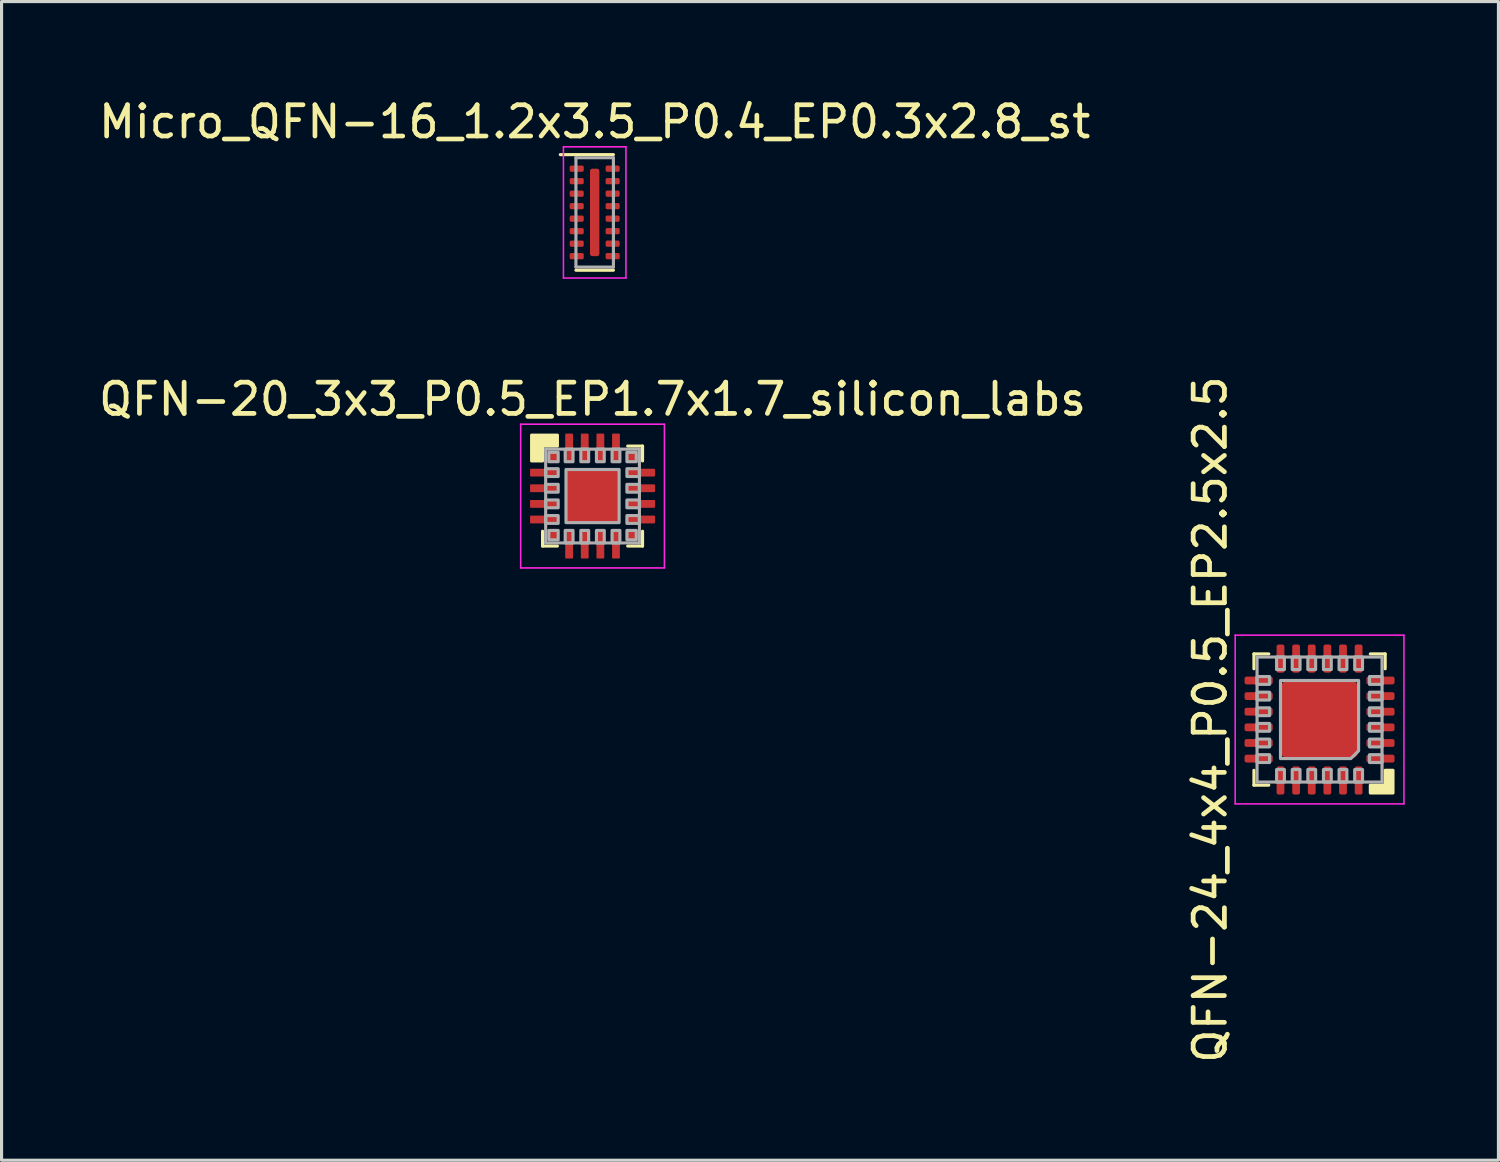
<source format=kicad_pcb>
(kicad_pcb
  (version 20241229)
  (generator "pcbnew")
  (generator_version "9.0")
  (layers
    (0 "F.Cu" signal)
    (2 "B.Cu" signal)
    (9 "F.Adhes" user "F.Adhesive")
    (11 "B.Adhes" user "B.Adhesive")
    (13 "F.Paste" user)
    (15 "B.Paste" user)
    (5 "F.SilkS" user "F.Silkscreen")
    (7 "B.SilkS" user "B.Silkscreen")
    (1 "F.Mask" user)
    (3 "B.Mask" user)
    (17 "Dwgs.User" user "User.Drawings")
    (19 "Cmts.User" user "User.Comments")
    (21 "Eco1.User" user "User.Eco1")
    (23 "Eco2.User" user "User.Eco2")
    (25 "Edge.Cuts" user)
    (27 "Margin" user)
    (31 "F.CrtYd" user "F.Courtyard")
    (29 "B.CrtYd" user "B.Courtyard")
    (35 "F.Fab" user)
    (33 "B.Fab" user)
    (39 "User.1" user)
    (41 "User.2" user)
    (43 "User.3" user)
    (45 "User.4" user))
  (footprint "Micro_QFN-16_1.2x3.5_P0.4_EP0.3x2.8_st"
    (layer "F.Cu")
    (at 15.982 3.748)
    (property "Reference" "Micro_QFN-16_1.2x3.5_P0.4_EP0.3x2.8_st" (at 0 -2.9 0) (layer "F.SilkS") (effects (font (size 1 1) (thickness 0.15))))
    (attr smd)
    (fp_line (start -1.1 -1.85) (end 0.6 -1.85) (stroke (width 0.1) (type solid)) (layer "F.SilkS"))
    (fp_line (start -0.6 1.85) (end 0.6 1.85) (stroke (width 0.1) (type solid)) (layer "F.SilkS"))
    (fp_line (start -1 -2.1) (end -1 2.1) (stroke (width 0.05) (type solid)) (layer "F.CrtYd"))
    (fp_line (start -1 -2.1) (end 1 -2.1) (stroke (width 0.05) (type solid)) (layer "F.CrtYd"))
    (fp_line (start -1 2.1) (end 1 2.1) (stroke (width 0.05) (type solid)) (layer "F.CrtYd"))
    (fp_line (start 1 -2.1) (end 1 2.1) (stroke (width 0.05) (type solid)) (layer "F.CrtYd"))
    (fp_line (start -0.6 -1.75) (end -0.6 1.75) (stroke (width 0.1) (type solid)) (layer "F.Fab"))
    (fp_line (start -0.6 1.75) (end 0.6 1.75) (stroke (width 0.1) (type solid)) (layer "F.Fab"))
    (fp_line (start 0.6 -1.75) (end -0.6 -1.75) (stroke (width 0.1) (type solid)) (layer "F.Fab"))
    (fp_line (start 0.6 1.75) (end 0.6 -1.75) (stroke (width 0.1) (type solid)) (layer "F.Fab"))
    (pad "1" smd roundrect (at -0.575 -1.4) (size 0.45 0.2) (layers "F.Cu" "F.Mask" "F.Paste") (roundrect_rratio 0.25))
    (pad "2" smd roundrect (at -0.575 -1) (size 0.45 0.2) (layers "F.Cu" "F.Mask" "F.Paste") (roundrect_rratio 0.25))
    (pad "3" smd roundrect (at -0.575 -0.6) (size 0.45 0.2) (layers "F.Cu" "F.Mask" "F.Paste") (roundrect_rratio 0.25))
    (pad "4" smd roundrect (at -0.575 -0.2) (size 0.45 0.2) (layers "F.Cu" "F.Mask" "F.Paste") (roundrect_rratio 0.25))
    (pad "5" smd roundrect (at -0.575 0.2) (size 0.45 0.2) (layers "F.Cu" "F.Mask" "F.Paste") (roundrect_rratio 0.25))
    (pad "6" smd roundrect (at -0.575 0.6) (size 0.45 0.2) (layers "F.Cu" "F.Mask" "F.Paste") (roundrect_rratio 0.25))
    (pad "7" smd roundrect (at -0.575 1) (size 0.45 0.2) (layers "F.Cu" "F.Mask" "F.Paste") (roundrect_rratio 0.25))
    (pad "8" smd roundrect (at -0.575 1.4) (size 0.45 0.2) (layers "F.Cu" "F.Mask" "F.Paste") (roundrect_rratio 0.25))
    (pad "9" smd roundrect (at 0.575 1.4) (size 0.45 0.2) (layers "F.Cu" "F.Mask" "F.Paste") (roundrect_rratio 0.25))
    (pad "10" smd roundrect (at 0.575 1) (size 0.45 0.2) (layers "F.Cu" "F.Mask" "F.Paste") (roundrect_rratio 0.25))
    (pad "11" smd roundrect (at 0.575 0.6) (size 0.45 0.2) (layers "F.Cu" "F.Mask" "F.Paste") (roundrect_rratio 0.25))
    (pad "12" smd roundrect (at 0.575 0.2) (size 0.45 0.2) (layers "F.Cu" "F.Mask" "F.Paste") (roundrect_rratio 0.25))
    (pad "13" smd roundrect (at 0.575 -0.2) (size 0.45 0.2) (layers "F.Cu" "F.Mask" "F.Paste") (roundrect_rratio 0.25))
    (pad "14" smd roundrect (at 0.575 -0.6) (size 0.45 0.2) (layers "F.Cu" "F.Mask" "F.Paste") (roundrect_rratio 0.25))
    (pad "15" smd roundrect (at 0.575 -1) (size 0.45 0.2) (layers "F.Cu" "F.Mask" "F.Paste") (roundrect_rratio 0.25))
    (pad "16" smd roundrect (at 0.575 -1.4) (size 0.45 0.2) (layers "F.Cu" "F.Mask" "F.Paste") (roundrect_rratio 0.25))
    (pad "17" smd roundrect (at 0 0) (size 0.3 2.8) (layers "F.Cu" "F.Mask" "F.Paste") (roundrect_rratio 0.25)))
  (footprint "QFN-24_4x4_P0.5_EP2.5x2.5"
    (layer "F.Cu")
    (at 39.181 19.978)
    (property "Reference" "QFN-24_4x4_P0.5_EP2.5x2.5" (at -3.5 0 90) (layer "F.SilkS") (effects (font (size 1 1) (thickness 0.152))))
    (attr smd)
    (fp_line (start -2.1 -1.625) (end -2.1 -2.1) (stroke (width 0.1) (type solid)) (layer "F.SilkS"))
    (fp_line (start -2.1 1.625) (end -2.1 2.1) (stroke (width 0.1) (type solid)) (layer "F.SilkS"))
    (fp_line (start -1.625 -2.1) (end -2.1 -2.1) (stroke (width 0.1) (type solid)) (layer "F.SilkS"))
    (fp_line (start -1.625 2.1) (end -2.1 2.1) (stroke (width 0.1) (type solid)) (layer "F.SilkS"))
    (fp_line (start 1.625 -2.1) (end 2.1 -2.1) (stroke (width 0.1) (type solid)) (layer "F.SilkS"))
    (fp_line (start 2.1 -1.625) (end 2.1 -2.1) (stroke (width 0.1) (type solid)) (layer "F.SilkS"))
    (fp_poly (pts (xy 1.625 2.1) (xy 2.1 2.1) (xy 2.1 1.625) (xy 2.35 1.625) (xy 2.35 2.35) (xy 1.625 2.35)) (stroke (width 0.1) (type solid)) (fill yes) (layer "F.SilkS"))
    (fp_line (start -2.7 -2.7) (end -2.7 2.7) (stroke (width 0.05) (type solid)) (layer "F.CrtYd"))
    (fp_line (start -2.7 2.7) (end 2.7 2.7) (stroke (width 0.05) (type solid)) (layer "F.CrtYd"))
    (fp_line (start 2.7 -2.7) (end -2.7 -2.7) (stroke (width 0.05) (type solid)) (layer "F.CrtYd"))
    (fp_line (start 2.7 2.7) (end 2.7 -2.7) (stroke (width 0.05) (type solid)) (layer "F.CrtYd"))
    (fp_line (start -2 -2) (end 2 -2) (stroke (width 0.1) (type solid)) (layer "F.Fab"))
    (fp_line (start -2 2) (end -2 -2) (stroke (width 0.1) (type solid)) (layer "F.Fab"))
    (fp_line (start 2 -2) (end 2 2) (stroke (width 0.1) (type solid)) (layer "F.Fab"))
    (fp_line (start 2 2) (end -2 2) (stroke (width 0.1) (type solid)) (layer "F.Fab"))
    (fp_poly (pts (xy -1.6 -1.375) (xy -1.6 -1.125) (xy -2 -1.125) (xy -2 -1.375)) (stroke (width 0.1) (type solid)) (fill no) (layer "F.Fab"))
    (fp_poly (pts (xy -1.6 -0.875) (xy -1.6 -0.625) (xy -2 -0.625) (xy -2 -0.875)) (stroke (width 0.1) (type solid)) (fill no) (layer "F.Fab"))
    (fp_poly (pts (xy -1.6 -0.375) (xy -1.6 -0.125) (xy -2 -0.125) (xy -2 -0.375)) (stroke (width 0.1) (type solid)) (fill no) (layer "F.Fab"))
    (fp_poly (pts (xy -1.6 0.125) (xy -1.6 0.375) (xy -2 0.375) (xy -2 0.125)) (stroke (width 0.1) (type solid)) (fill no) (layer "F.Fab"))
    (fp_poly (pts (xy -1.6 0.625) (xy -1.6 0.875) (xy -2 0.875) (xy -2 0.625)) (stroke (width 0.1) (type solid)) (fill no) (layer "F.Fab"))
    (fp_poly (pts (xy -1.6 1.125) (xy -1.6 1.375) (xy -2 1.375) (xy -2 1.125)) (stroke (width 0.1) (type solid)) (fill no) (layer "F.Fab"))
    (fp_poly (pts (xy -1.375 1.6) (xy -1.125 1.6) (xy -1.125 2) (xy -1.375 2)) (stroke (width 0.1) (type solid)) (fill no) (layer "F.Fab"))
    (fp_poly (pts (xy -1.125 -1.6) (xy -1.375 -1.6) (xy -1.375 -2) (xy -1.125 -2)) (stroke (width 0.1) (type solid)) (fill no) (layer "F.Fab"))
    (fp_poly (pts (xy -0.875 1.6) (xy -0.625 1.6) (xy -0.625 2) (xy -0.875 2)) (stroke (width 0.1) (type solid)) (fill no) (layer "F.Fab"))
    (fp_poly (pts (xy -0.625 -1.6) (xy -0.875 -1.6) (xy -0.875 -2) (xy -0.625 -2)) (stroke (width 0.1) (type solid)) (fill no) (layer "F.Fab"))
    (fp_poly (pts (xy -0.375 1.6) (xy -0.125 1.6) (xy -0.125 2) (xy -0.375 2)) (stroke (width 0.1) (type solid)) (fill no) (layer "F.Fab"))
    (fp_poly (pts (xy -0.125 -1.6) (xy -0.375 -1.6) (xy -0.375 -2) (xy -0.125 -2)) (stroke (width 0.1) (type solid)) (fill no) (layer "F.Fab"))
    (fp_poly (pts (xy 0.125 1.6) (xy 0.375 1.6) (xy 0.375 2) (xy 0.125 2)) (stroke (width 0.1) (type solid)) (fill no) (layer "F.Fab"))
    (fp_poly (pts (xy 0.375 -1.6) (xy 0.125 -1.6) (xy 0.125 -2) (xy 0.375 -2)) (stroke (width 0.1) (type solid)) (fill no) (layer "F.Fab"))
    (fp_poly (pts (xy 0.625 1.6) (xy 0.875 1.6) (xy 0.875 2) (xy 0.625 2)) (stroke (width 0.1) (type solid)) (fill no) (layer "F.Fab"))
    (fp_poly (pts (xy 0.875 -1.6) (xy 0.625 -1.6) (xy 0.625 -2) (xy 0.875 -2)) (stroke (width 0.1) (type solid)) (fill no) (layer "F.Fab"))
    (fp_poly (pts (xy 1.125 1.6) (xy 1.375 1.6) (xy 1.375 2) (xy 1.125 2)) (stroke (width 0.1) (type solid)) (fill no) (layer "F.Fab"))
    (fp_poly (pts (xy 1.375 -1.6) (xy 1.125 -1.6) (xy 1.125 -2) (xy 1.375 -2)) (stroke (width 0.1) (type solid)) (fill no) (layer "F.Fab"))
    (fp_poly (pts (xy 1.6 -1.125) (xy 1.6 -1.375) (xy 2 -1.375) (xy 2 -1.125)) (stroke (width 0.1) (type solid)) (fill no) (layer "F.Fab"))
    (fp_poly (pts (xy 1.6 -0.625) (xy 1.6 -0.875) (xy 2 -0.875) (xy 2 -0.625)) (stroke (width 0.1) (type solid)) (fill no) (layer "F.Fab"))
    (fp_poly (pts (xy 1.6 -0.125) (xy 1.6 -0.375) (xy 2 -0.375) (xy 2 -0.125)) (stroke (width 0.1) (type solid)) (fill no) (layer "F.Fab"))
    (fp_poly (pts (xy 1.6 0.375) (xy 1.6 0.125) (xy 2 0.125) (xy 2 0.375)) (stroke (width 0.1) (type solid)) (fill no) (layer "F.Fab"))
    (fp_poly (pts (xy 1.6 0.875) (xy 1.6 0.625) (xy 2 0.625) (xy 2 0.875)) (stroke (width 0.1) (type solid)) (fill no) (layer "F.Fab"))
    (fp_poly (pts (xy 1.6 1.375) (xy 1.6 1.125) (xy 2 1.125) (xy 2 1.375)) (stroke (width 0.1) (type solid)) (fill no) (layer "F.Fab"))
    (fp_poly (pts (xy -1.25 -1.25) (xy 1.25 -1.25) (xy 1.25 1) (xy 1 1.25) (xy -1.25 1.25)) (stroke (width 0.1) (type solid)) (fill no) (layer "F.Fab"))
    (pad "" smd roundrect (at -0.625 -0.625 180) (size 0.89 0.89) (layers "F.Paste") (roundrect_rratio 0.079))
    (pad "" smd roundrect (at -0.625 0.625 180) (size 0.89 0.89) (layers "F.Paste") (roundrect_rratio 0.079))
    (pad "" smd roundrect (at 0.625 -0.625 180) (size 0.89 0.89) (layers "F.Paste") (roundrect_rratio 0.079))
    (pad "" smd roundrect (at 0.625 0.625 180) (size 0.89 0.89) (layers "F.Paste") (roundrect_rratio 0.079))
    (pad "1" smd roundrect (at 1.95 1.25 180) (size 0.9 0.25) (layers "F.Cu" "F.Mask" "F.Paste") (roundrect_rratio 0.25))
    (pad "2" smd roundrect (at 1.95 0.75 180) (size 0.9 0.25) (layers "F.Cu" "F.Mask" "F.Paste") (roundrect_rratio 0.25))
    (pad "3" smd roundrect (at 1.95 0.25 180) (size 0.9 0.25) (layers "F.Cu" "F.Mask" "F.Paste") (roundrect_rratio 0.25))
    (pad "4" smd roundrect (at 1.95 -0.25 180) (size 0.9 0.25) (layers "F.Cu" "F.Mask" "F.Paste") (roundrect_rratio 0.25))
    (pad "5" smd roundrect (at 1.95 -0.75 180) (size 0.9 0.25) (layers "F.Cu" "F.Mask" "F.Paste") (roundrect_rratio 0.25))
    (pad "6" smd roundrect (at 1.95 -1.25 180) (size 0.9 0.25) (layers "F.Cu" "F.Mask" "F.Paste") (roundrect_rratio 0.25))
    (pad "7" smd roundrect (at 1.25 -1.95 180) (size 0.25 0.9) (layers "F.Cu" "F.Mask" "F.Paste") (roundrect_rratio 0.25))
    (pad "8" smd roundrect (at 0.75 -1.95 180) (size 0.25 0.9) (layers "F.Cu" "F.Mask" "F.Paste") (roundrect_rratio 0.25))
    (pad "9" smd roundrect (at 0.25 -1.95 180) (size 0.25 0.9) (layers "F.Cu" "F.Mask" "F.Paste") (roundrect_rratio 0.25))
    (pad "10" smd roundrect (at -0.25 -1.95 180) (size 0.25 0.9) (layers "F.Cu" "F.Mask" "F.Paste") (roundrect_rratio 0.25))
    (pad "11" smd roundrect (at -0.75 -1.95 180) (size 0.25 0.9) (layers "F.Cu" "F.Mask" "F.Paste") (roundrect_rratio 0.25))
    (pad "12" smd roundrect (at -1.25 -1.95 180) (size 0.25 0.9) (layers "F.Cu" "F.Mask" "F.Paste") (roundrect_rratio 0.25))
    (pad "13" smd roundrect (at -1.95 -1.25 180) (size 0.9 0.25) (layers "F.Cu" "F.Mask" "F.Paste") (roundrect_rratio 0.25))
    (pad "14" smd roundrect (at -1.95 -0.75 180) (size 0.9 0.25) (layers "F.Cu" "F.Mask" "F.Paste") (roundrect_rratio 0.25))
    (pad "15" smd roundrect (at -1.95 -0.25 180) (size 0.9 0.25) (layers "F.Cu" "F.Mask" "F.Paste") (roundrect_rratio 0.25))
    (pad "16" smd roundrect (at -1.95 0.25 180) (size 0.9 0.25) (layers "F.Cu" "F.Mask" "F.Paste") (roundrect_rratio 0.25))
    (pad "17" smd roundrect (at -1.95 0.75 180) (size 0.9 0.25) (layers "F.Cu" "F.Mask" "F.Paste") (roundrect_rratio 0.25))
    (pad "18" smd roundrect (at -1.95 1.25 180) (size 0.9 0.25) (layers "F.Cu" "F.Mask" "F.Paste") (roundrect_rratio 0.25))
    (pad "19" smd roundrect (at -1.25 1.95 180) (size 0.25 0.9) (layers "F.Cu" "F.Mask" "F.Paste") (roundrect_rratio 0.25))
    (pad "20" smd roundrect (at -0.75 1.95 180) (size 0.25 0.9) (layers "F.Cu" "F.Mask" "F.Paste") (roundrect_rratio 0.25))
    (pad "21" smd roundrect (at -0.25 1.95 180) (size 0.25 0.9) (layers "F.Cu" "F.Mask" "F.Paste") (roundrect_rratio 0.25))
    (pad "22" smd roundrect (at 0.25 1.95 180) (size 0.25 0.9) (layers "F.Cu" "F.Mask" "F.Paste") (roundrect_rratio 0.25))
    (pad "23" smd roundrect (at 0.75 1.95 180) (size 0.25 0.9) (layers "F.Cu" "F.Mask" "F.Paste") (roundrect_rratio 0.25))
    (pad "24" smd roundrect (at 1.25 1.95 180) (size 0.25 0.9) (layers "F.Cu" "F.Mask" "F.Paste") (roundrect_rratio 0.25))
    (pad "25" smd roundrect (at 0 0 180) (size 2.5 2.5) (layers "F.Cu" "F.Mask") (roundrect_rratio 0.1)))
  (footprint "QFN-20_3x3_P0.5_EP1.7x1.7_silicon_labs"
    (layer "F.Cu")
    (at 15.914 12.826)
    (property "Reference" "QFN-20_3x3_P0.5_EP1.7x1.7_silicon_labs" (at 0 -3.1 0) (layer "F.SilkS") (effects (font (size 1 1) (thickness 0.152))))
    (attr smd)
    (fp_line (start -1.6 1.125) (end -1.6 1.6) (stroke (width 0.1) (type solid)) (layer "F.SilkS"))
    (fp_line (start -1.125 1.6) (end -1.6 1.6) (stroke (width 0.1) (type solid)) (layer "F.SilkS"))
    (fp_line (start 1.125 -1.6) (end 1.6 -1.6) (stroke (width 0.1) (type solid)) (layer "F.SilkS"))
    (fp_line (start 1.125 1.6) (end 1.6 1.6) (stroke (width 0.1) (type solid)) (layer "F.SilkS"))
    (fp_line (start 1.6 -1.125) (end 1.6 -1.6) (stroke (width 0.1) (type solid)) (layer "F.SilkS"))
    (fp_line (start 1.6 1.125) (end 1.6 1.6) (stroke (width 0.1) (type solid)) (layer "F.SilkS"))
    (fp_poly (pts (xy -1.125 -1.6) (xy -1.6 -1.6) (xy -1.6 -1.125) (xy -1.95 -1.125) (xy -1.95 -1.95) (xy -1.125 -1.95)) (stroke (width 0.1) (type solid)) (fill yes) (layer "F.SilkS"))
    (fp_line (start -2.3 -2.3) (end 2.3 -2.3) (stroke (width 0.05) (type solid)) (layer "F.CrtYd"))
    (fp_line (start -2.3 2.3) (end -2.3 -2.3) (stroke (width 0.05) (type solid)) (layer "F.CrtYd"))
    (fp_line (start -2.3 2.3) (end 2.3 2.3) (stroke (width 0.05) (type solid)) (layer "F.CrtYd"))
    (fp_line (start 2.3 2.3) (end 2.3 -2.3) (stroke (width 0.05) (type solid)) (layer "F.CrtYd"))
    (fp_line (start -1.5 1.5) (end -1.5 -1.5) (stroke (width 0.1) (type solid)) (layer "F.Fab"))
    (fp_line (start 1.5 -1.5) (end -1.5 -1.5) (stroke (width 0.1) (type solid)) (layer "F.Fab"))
    (fp_line (start 1.5 1.5) (end -1.5 1.5) (stroke (width 0.1) (type solid)) (layer "F.Fab"))
    (fp_line (start 1.5 1.5) (end 1.5 -1.5) (stroke (width 0.1) (type solid)) (layer "F.Fab"))
    (fp_poly (pts (xy -1.1 -1.4) (xy -1.1 -1.1) (xy -1.4 -1.1) (xy -1.4 -1.4)) (stroke (width 0.1) (type solid)) (fill no) (layer "F.Fab"))
    (fp_poly (pts (xy -1.1 -0.875) (xy -1.1 -0.625) (xy -1.5 -0.625) (xy -1.5 -0.875)) (stroke (width 0.1) (type solid)) (fill no) (layer "F.Fab"))
    (fp_poly (pts (xy -1.1 -0.375) (xy -1.1 -0.125) (xy -1.5 -0.125) (xy -1.5 -0.375)) (stroke (width 0.1) (type solid)) (fill no) (layer "F.Fab"))
    (fp_poly (pts (xy -1.1 0.125) (xy -1.1 0.375) (xy -1.5 0.375) (xy -1.5 0.125)) (stroke (width 0.1) (type solid)) (fill no) (layer "F.Fab"))
    (fp_poly (pts (xy -1.1 0.625) (xy -1.1 0.875) (xy -1.5 0.875) (xy -1.5 0.625)) (stroke (width 0.1) (type solid)) (fill no) (layer "F.Fab"))
    (fp_poly (pts (xy -1.1 1.1) (xy -1.1 1.4) (xy -1.4 1.4) (xy -1.4 1.1)) (stroke (width 0.1) (type solid)) (fill no) (layer "F.Fab"))
    (fp_poly (pts (xy -0.875 1.1) (xy -0.625 1.1) (xy -0.625 1.5) (xy -0.875 1.5)) (stroke (width 0.1) (type solid)) (fill no) (layer "F.Fab"))
    (fp_poly (pts (xy -0.625 -1.1) (xy -0.875 -1.1) (xy -0.875 -1.5) (xy -0.625 -1.5)) (stroke (width 0.1) (type solid)) (fill no) (layer "F.Fab"))
    (fp_poly (pts (xy -0.375 1.1) (xy -0.125 1.1) (xy -0.125 1.5) (xy -0.375 1.5)) (stroke (width 0.1) (type solid)) (fill no) (layer "F.Fab"))
    (fp_poly (pts (xy -0.125 -1.1) (xy -0.375 -1.1) (xy -0.375 -1.5) (xy -0.125 -1.5)) (stroke (width 0.1) (type solid)) (fill no) (layer "F.Fab"))
    (fp_poly (pts (xy 0.125 1.1) (xy 0.375 1.1) (xy 0.375 1.5) (xy 0.125 1.5)) (stroke (width 0.1) (type solid)) (fill no) (layer "F.Fab"))
    (fp_poly (pts (xy 0.375 -1.1) (xy 0.125 -1.1) (xy 0.125 -1.5) (xy 0.375 -1.5)) (stroke (width 0.1) (type solid)) (fill no) (layer "F.Fab"))
    (fp_poly (pts (xy 0.625 1.1) (xy 0.875 1.1) (xy 0.875 1.5) (xy 0.625 1.5)) (stroke (width 0.1) (type solid)) (fill no) (layer "F.Fab"))
    (fp_poly (pts (xy 0.85 0.85) (xy -0.85 0.85) (xy -0.85 -0.85) (xy 0.85 -0.85)) (stroke (width 0.1) (type solid)) (fill no) (layer "F.Fab"))
    (fp_poly (pts (xy 0.875 -1.1) (xy 0.625 -1.1) (xy 0.625 -1.5) (xy 0.875 -1.5)) (stroke (width 0.1) (type solid)) (fill no) (layer "F.Fab"))
    (fp_poly (pts (xy 1.1 -0.625) (xy 1.1 -0.875) (xy 1.5 -0.875) (xy 1.5 -0.625)) (stroke (width 0.1) (type solid)) (fill no) (layer "F.Fab"))
    (fp_poly (pts (xy 1.1 -0.125) (xy 1.1 -0.375) (xy 1.5 -0.375) (xy 1.5 -0.125)) (stroke (width 0.1) (type solid)) (fill no) (layer "F.Fab"))
    (fp_poly (pts (xy 1.1 0.375) (xy 1.1 0.125) (xy 1.5 0.125) (xy 1.5 0.375)) (stroke (width 0.1) (type solid)) (fill no) (layer "F.Fab"))
    (fp_poly (pts (xy 1.1 0.875) (xy 1.1 0.625) (xy 1.5 0.625) (xy 1.5 0.875)) (stroke (width 0.1) (type solid)) (fill no) (layer "F.Fab"))
    (fp_poly (pts (xy 1.4 -1.4) (xy 1.4 -1.1) (xy 1.1 -1.1) (xy 1.1 -1.4)) (stroke (width 0.1) (type solid)) (fill no) (layer "F.Fab"))
    (fp_poly (pts (xy 1.4 1.1) (xy 1.4 1.4) (xy 1.1 1.4) (xy 1.1 1.1)) (stroke (width 0.1) (type solid)) (fill no) (layer "F.Fab"))
    (pad "" smd roundrect (at -0.425 -0.425) (size 0.61 0.61) (layers "F.Paste") (roundrect_rratio 0.164))
    (pad "" smd roundrect (at -0.425 0.425) (size 0.61 0.61) (layers "F.Paste") (roundrect_rratio 0.164))
    (pad "" smd roundrect (at 0.425 -0.425) (size 0.61 0.61) (layers "F.Paste") (roundrect_rratio 0.164))
    (pad "" smd roundrect (at 0.425 0.425) (size 0.61 0.61) (layers "F.Paste") (roundrect_rratio 0.164))
    (pad "1" smd roundrect (at -1.25 -1.25) (size 0.3 0.3) (layers "F.Cu" "F.Mask" "F.Paste") (roundrect_rratio 0.167))
    (pad "2" smd roundrect (at -1.55 -0.75) (size 0.9 0.25) (layers "F.Cu" "F.Mask" "F.Paste") (roundrect_rratio 0.125))
    (pad "3" smd roundrect (at -1.55 -0.25) (size 0.9 0.25) (layers "F.Cu" "F.Mask" "F.Paste") (roundrect_rratio 0.125))
    (pad "4" smd roundrect (at -1.55 0.25) (size 0.9 0.25) (layers "F.Cu" "F.Mask" "F.Paste") (roundrect_rratio 0.125))
    (pad "5" smd roundrect (at -1.55 0.75) (size 0.9 0.25) (layers "F.Cu" "F.Mask" "F.Paste") (roundrect_rratio 0.125))
    (pad "6" smd roundrect (at -1.25 1.25) (size 0.3 0.3) (layers "F.Cu" "F.Mask" "F.Paste") (roundrect_rratio 0.167))
    (pad "7" smd roundrect (at -0.75 1.55 90) (size 0.9 0.25) (layers "F.Cu" "F.Mask" "F.Paste") (roundrect_rratio 0.125))
    (pad "8" smd roundrect (at -0.25 1.55 90) (size 0.9 0.25) (layers "F.Cu" "F.Mask" "F.Paste") (roundrect_rratio 0.125))
    (pad "9" smd roundrect (at 0.25 1.55 90) (size 0.9 0.25) (layers "F.Cu" "F.Mask" "F.Paste") (roundrect_rratio 0.125))
    (pad "10" smd roundrect (at 0.75 1.55 90) (size 0.9 0.25) (layers "F.Cu" "F.Mask" "F.Paste") (roundrect_rratio 0.125))
    (pad "11" smd roundrect (at 1.25 1.25) (size 0.3 0.3) (layers "F.Cu" "F.Mask" "F.Paste") (roundrect_rratio 0.167))
    (pad "12" smd roundrect (at 1.55 0.75) (size 0.9 0.25) (layers "F.Cu" "F.Mask" "F.Paste") (roundrect_rratio 0.125))
    (pad "13" smd roundrect (at 1.55 0.25) (size 0.9 0.25) (layers "F.Cu" "F.Mask" "F.Paste") (roundrect_rratio 0.125))
    (pad "14" smd roundrect (at 1.55 -0.25) (size 0.9 0.25) (layers "F.Cu" "F.Mask" "F.Paste") (roundrect_rratio 0.125))
    (pad "15" smd roundrect (at 1.55 -0.75) (size 0.9 0.25) (layers "F.Cu" "F.Mask" "F.Paste") (roundrect_rratio 0.125))
    (pad "16" smd roundrect (at 1.25 -1.25) (size 0.3 0.3) (layers "F.Cu" "F.Mask" "F.Paste") (roundrect_rratio 0.167))
    (pad "17" smd roundrect (at 0.75 -1.55 90) (size 0.9 0.25) (layers "F.Cu" "F.Mask" "F.Paste") (roundrect_rratio 0.125))
    (pad "18" smd roundrect (at 0.25 -1.55 90) (size 0.9 0.25) (layers "F.Cu" "F.Mask" "F.Paste") (roundrect_rratio 0.125))
    (pad "19" smd roundrect (at -0.25 -1.55 90) (size 0.9 0.25) (layers "F.Cu" "F.Mask" "F.Paste") (roundrect_rratio 0.125))
    (pad "20" smd roundrect (at -0.75 -1.55 90) (size 0.9 0.25) (layers "F.Cu" "F.Mask" "F.Paste") (roundrect_rratio 0.125))
    (pad "21" smd roundrect (at 0 0) (size 1.7 1.7) (layers "F.Cu" "F.Mask") (roundrect_rratio 0.059)))
  (gr_rect
    (start -3 -3)
    (end 44.906 34.083)
    (stroke (width 0.1) (type default))
    (fill no)
    (layer "Edge.Cuts")))
</source>
